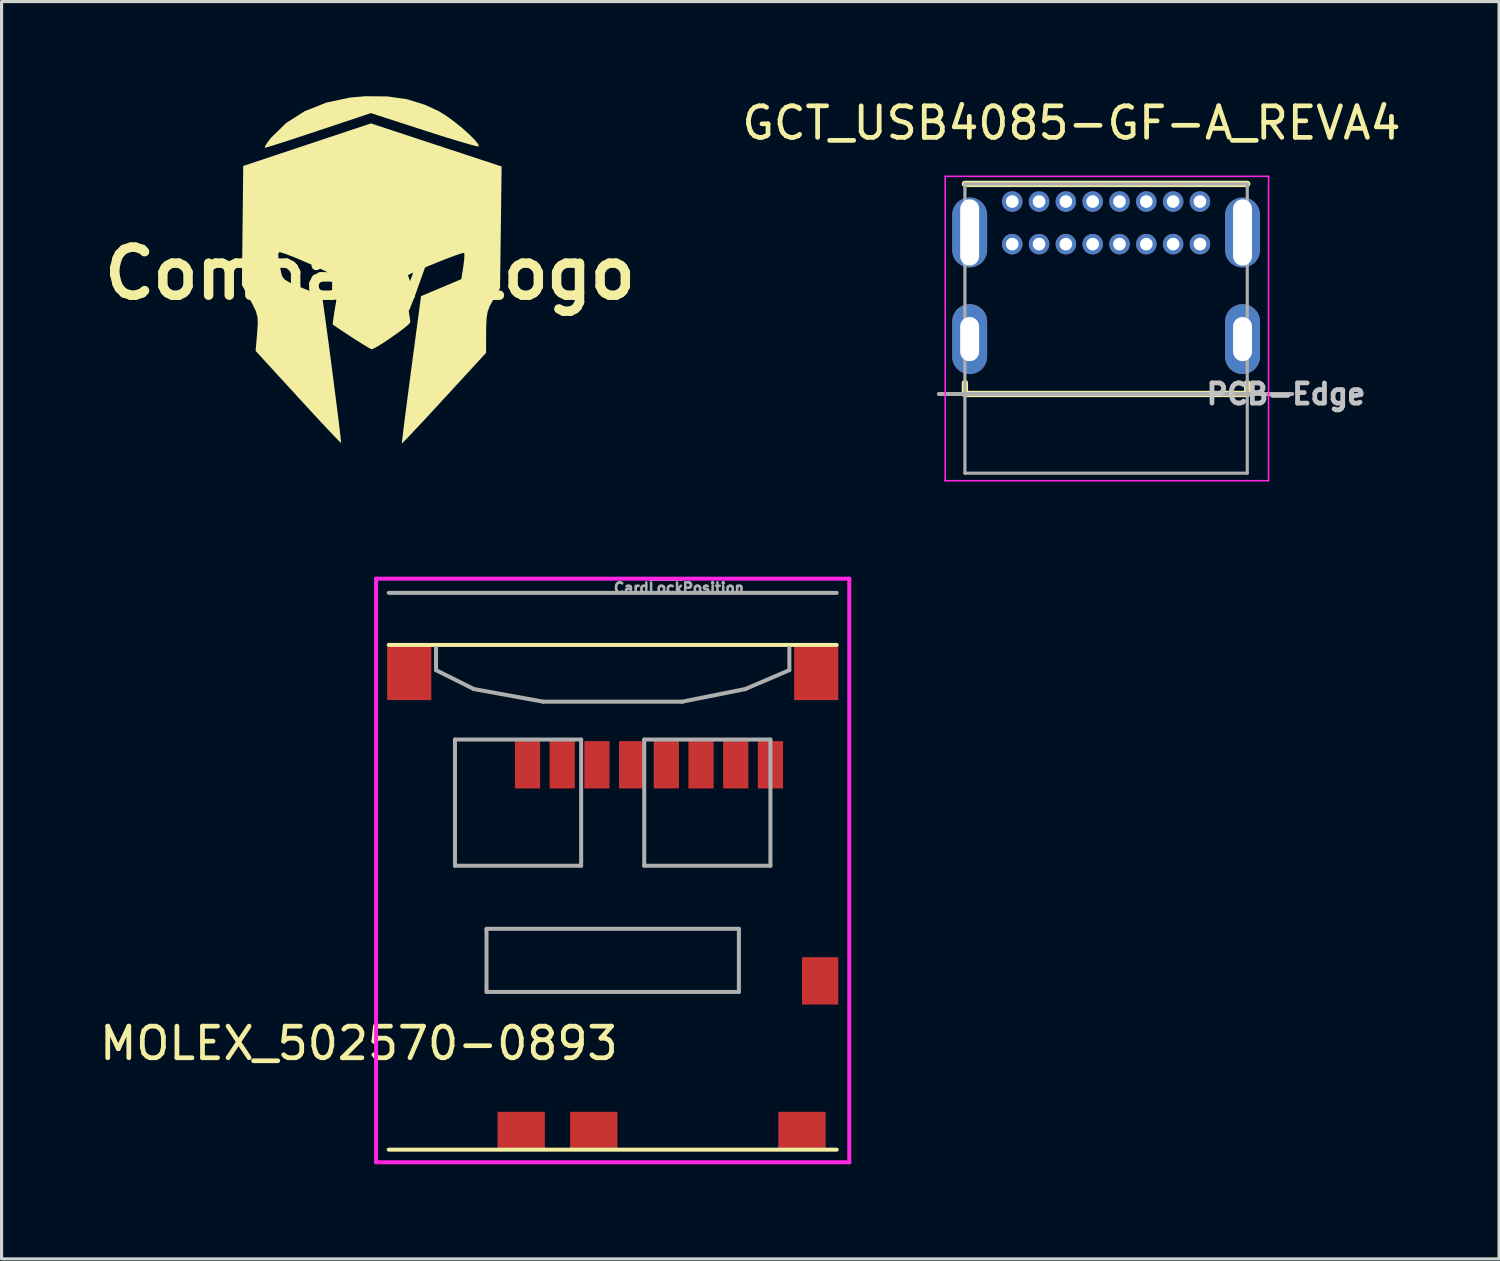
<source format=kicad_pcb>
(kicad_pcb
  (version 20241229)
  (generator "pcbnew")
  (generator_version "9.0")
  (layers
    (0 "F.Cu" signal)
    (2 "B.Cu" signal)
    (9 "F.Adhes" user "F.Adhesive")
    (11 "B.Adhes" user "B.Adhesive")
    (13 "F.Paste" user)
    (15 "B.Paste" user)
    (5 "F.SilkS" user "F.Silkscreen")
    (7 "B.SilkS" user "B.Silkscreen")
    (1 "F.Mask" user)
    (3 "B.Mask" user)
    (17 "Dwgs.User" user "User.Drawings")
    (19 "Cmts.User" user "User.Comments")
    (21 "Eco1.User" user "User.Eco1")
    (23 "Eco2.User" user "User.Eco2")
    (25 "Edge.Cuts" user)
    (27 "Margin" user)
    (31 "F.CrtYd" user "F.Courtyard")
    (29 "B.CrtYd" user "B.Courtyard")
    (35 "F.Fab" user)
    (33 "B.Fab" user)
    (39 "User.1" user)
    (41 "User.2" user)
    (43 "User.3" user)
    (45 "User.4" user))
  (footprint "MOLEX_502570-0893"
    (layer "F.Cu")
    (at 16.372 25.393)
    (property "Reference" "MOLEX_502570-0893" (at -8.046 4.631 180) (layer "F.SilkS") (effects (font (size 1.001 1.001) (thickness 0.15))))
    (attr through_hole)
    (fp_line (start -7.1 -8) (end 7.1 -8) (stroke (width 0.127) (type solid)) (layer "F.SilkS"))
    (fp_line (start -7.1 8) (end 7.1 8) (stroke (width 0.127) (type solid)) (layer "F.SilkS"))
    (fp_line (start -7.5 -10.1) (end -7.5 8.4) (stroke (width 0.127) (type solid)) (layer "F.CrtYd"))
    (fp_line (start -7.5 8.4) (end 7.5 8.4) (stroke (width 0.127) (type solid)) (layer "F.CrtYd"))
    (fp_line (start 7.5 -10.1) (end -7.5 -10.1) (stroke (width 0.127) (type solid)) (layer "F.CrtYd"))
    (fp_line (start 7.5 8.4) (end 7.5 -10.1) (stroke (width 0.127) (type solid)) (layer "F.CrtYd"))
    (fp_line (start -7.1 -9.65) (end 7.1 -9.65) (stroke (width 0.127) (type solid)) (layer "F.Fab"))
    (fp_line (start -5.6 -7.9) (end -5.6 -7.2) (stroke (width 0.127) (type solid)) (layer "F.Fab"))
    (fp_line (start -5.6 -7.2) (end -4.4 -6.6) (stroke (width 0.127) (type solid)) (layer "F.Fab"))
    (fp_line (start -5 -5) (end -5 -1) (stroke (width 0.127) (type solid)) (layer "F.Fab"))
    (fp_line (start -5 -1) (end -1 -1) (stroke (width 0.127) (type solid)) (layer "F.Fab"))
    (fp_line (start -4.4 -6.6) (end -2.2 -6.2) (stroke (width 0.127) (type solid)) (layer "F.Fab"))
    (fp_line (start -4 1) (end -4 3) (stroke (width 0.127) (type solid)) (layer "F.Fab"))
    (fp_line (start -4 3) (end 4 3) (stroke (width 0.127) (type solid)) (layer "F.Fab"))
    (fp_line (start -2.2 -6.2) (end 2.2 -6.2) (stroke (width 0.127) (type solid)) (layer "F.Fab"))
    (fp_line (start -1 -5) (end -5 -5) (stroke (width 0.127) (type solid)) (layer "F.Fab"))
    (fp_line (start -1 -1) (end -1 -5) (stroke (width 0.127) (type solid)) (layer "F.Fab"))
    (fp_line (start 1 -5) (end 1 -1) (stroke (width 0.127) (type solid)) (layer "F.Fab"))
    (fp_line (start 1 -1) (end 5 -1) (stroke (width 0.127) (type solid)) (layer "F.Fab"))
    (fp_line (start 4 1) (end -4 1) (stroke (width 0.127) (type solid)) (layer "F.Fab"))
    (fp_line (start 4 3) (end 4 1) (stroke (width 0.127) (type solid)) (layer "F.Fab"))
    (fp_line (start 4.2 -6.6) (end 2.2 -6.2) (stroke (width 0.127) (type solid)) (layer "F.Fab"))
    (fp_line (start 5 -5) (end 1 -5) (stroke (width 0.127) (type solid)) (layer "F.Fab"))
    (fp_line (start 5 -1) (end 5 -5) (stroke (width 0.127) (type solid)) (layer "F.Fab"))
    (fp_line (start 5.6 -7.2) (end 4.2 -6.6) (stroke (width 0.127) (type solid)) (layer "F.Fab"))
    (fp_line (start 5.6 -7.2) (end 5.6 -7.9) (stroke (width 0.127) (type solid)) (layer "F.Fab"))
    (fp_text user "Card~{Lock}Position" (at 2.101 -9.805 0) (layer "F.Fab") (effects (font (size 0.32 0.32) (thickness 0.15))))
    (pad "1" smd rect (at -2.7 -4.2) (size 0.8 1.5) (layers "F.Cu" "F.Mask" "F.Paste"))
    (pad "2" smd rect (at -1.6 -4.2) (size 0.8 1.5) (layers "F.Cu" "F.Mask" "F.Paste"))
    (pad "3" smd rect (at -0.5 -4.2) (size 0.8 1.5) (layers "F.Cu" "F.Mask" "F.Paste"))
    (pad "4" smd rect (at 0.6 -4.2) (size 0.8 1.5) (layers "F.Cu" "F.Mask" "F.Paste"))
    (pad "5" smd rect (at 1.7 -4.2) (size 0.8 1.5) (layers "F.Cu" "F.Mask" "F.Paste"))
    (pad "6" smd rect (at 2.8 -4.2) (size 0.8 1.5) (layers "F.Cu" "F.Mask" "F.Paste"))
    (pad "7" smd rect (at 3.9 -4.2) (size 0.8 1.5) (layers "F.Cu" "F.Mask" "F.Paste"))
    (pad "8" smd rect (at 5 -4.2) (size 0.8 1.5) (layers "F.Cu" "F.Mask" "F.Paste"))
    (pad "DL" smd rect (at 6.575 2.65) (size 1.15 1.5) (layers "F.Cu" "F.Mask" "F.Paste"))
    (pad "DS" smd rect (at -0.6 7.375) (size 1.5 1.15) (layers "F.Cu" "F.Mask" "F.Paste"))
    (pad "SM1" smd rect (at -6.45 -7.1) (size 1.4 1.7) (layers "F.Cu" "F.Mask" "F.Paste"))
    (pad "SM2" smd rect (at 6.45 -7.1) (size 1.4 1.7) (layers "F.Cu" "F.Mask" "F.Paste"))
    (pad "SM3" smd rect (at -2.9 7.375) (size 1.5 1.15) (layers "F.Cu" "F.Mask" "F.Paste"))
    (pad "SM4" smd rect (at 6 7.375) (size 1.5 1.15) (layers "F.Cu" "F.Mask" "F.Paste")))
  (footprint "GCT_USB4085-GF-A_REVA4"
    (layer "F.Cu")
    (at 32.012 7.364)
    (property "Reference" "GCT_USB4085-GF-A_REVA4" (at -1.097 -6.515 0) (layer "F.SilkS") (effects (font (size 1 1) (thickness 0.15))))
    (attr through_hole)
    (fp_line (start -4.475 -4.585) (end 4.475 -4.585) (stroke (width 0.2) (type solid)) (layer "F.SilkS"))
    (fp_line (start -4.475 1.725) (end -4.475 2.075) (stroke (width 0.2) (type solid)) (layer "F.SilkS"))
    (fp_line (start -4.475 2.075) (end 4.475 2.075) (stroke (width 0.2) (type solid)) (layer "F.SilkS"))
    (fp_line (start 4.475 2.075) (end 4.475 1.725) (stroke (width 0.2) (type solid)) (layer "F.SilkS"))
    (fp_line (start -5.1 -4.825) (end 5.15 -4.825) (stroke (width 0.05) (type solid)) (layer "F.CrtYd"))
    (fp_line (start -5.1 4.825) (end -5.1 -4.825) (stroke (width 0.05) (type solid)) (layer "F.CrtYd"))
    (fp_line (start 5.15 -4.825) (end 5.15 4.825) (stroke (width 0.05) (type solid)) (layer "F.CrtYd"))
    (fp_line (start 5.15 4.825) (end -5.1 4.825) (stroke (width 0.05) (type solid)) (layer "F.CrtYd"))
    (fp_line (start -5.3 2.075) (end 5.9 2.075) (stroke (width 0.127) (type solid)) (layer "F.Fab"))
    (fp_line (start -4.475 -4.585) (end 4.475 -4.585) (stroke (width 0.1) (type solid)) (layer "F.Fab"))
    (fp_line (start -4.475 4.585) (end -4.475 -4.585) (stroke (width 0.1) (type solid)) (layer "F.Fab"))
    (fp_line (start 4.475 -4.585) (end 4.475 4.585) (stroke (width 0.1) (type solid)) (layer "F.Fab"))
    (fp_line (start 4.475 4.585) (end -4.475 4.585) (stroke (width 0.1) (type solid)) (layer "F.Fab"))
    (fp_text user "PCB-Edge" (at 5.703 2.076 0) (layer "Dwgs.User") (effects (font (size 0.64 0.64) (thickness 0.15))))
    (pad "A1" thru_hole circle (at -2.975 -4.025) (size 0.65 0.65) (drill 0.4) (layers "*.Cu" "*.Mask"))
    (pad "A4" thru_hole circle (at -2.125 -4.025) (size 0.65 0.65) (drill 0.4) (layers "*.Cu" "*.Mask"))
    (pad "A5" thru_hole circle (at -1.275 -4.025) (size 0.65 0.65) (drill 0.4) (layers "*.Cu" "*.Mask"))
    (pad "A6" thru_hole circle (at -0.425 -4.025) (size 0.65 0.65) (drill 0.4) (layers "*.Cu" "*.Mask"))
    (pad "A7" thru_hole circle (at 0.425 -4.025) (size 0.65 0.65) (drill 0.4) (layers "*.Cu" "*.Mask"))
    (pad "A8" thru_hole circle (at 1.275 -4.025) (size 0.65 0.65) (drill 0.4) (layers "*.Cu" "*.Mask"))
    (pad "A9" thru_hole circle (at 2.125 -4.025) (size 0.65 0.65) (drill 0.4) (layers "*.Cu" "*.Mask"))
    (pad "A12" thru_hole circle (at 2.975 -4.025) (size 0.65 0.65) (drill 0.4) (layers "*.Cu" "*.Mask"))
    (pad "B1" thru_hole circle (at 2.975 -2.675) (size 0.65 0.65) (drill 0.4) (layers "*.Cu" "*.Mask"))
    (pad "B4" thru_hole circle (at 2.125 -2.675) (size 0.65 0.65) (drill 0.4) (layers "*.Cu" "*.Mask"))
    (pad "B5" thru_hole circle (at 1.275 -2.675) (size 0.65 0.65) (drill 0.4) (layers "*.Cu" "*.Mask"))
    (pad "B6" thru_hole circle (at 0.425 -2.675) (size 0.65 0.65) (drill 0.4) (layers "*.Cu" "*.Mask"))
    (pad "B7" thru_hole circle (at -0.425 -2.675) (size 0.65 0.65) (drill 0.4) (layers "*.Cu" "*.Mask"))
    (pad "B8" thru_hole circle (at -1.275 -2.675) (size 0.65 0.65) (drill 0.4) (layers "*.Cu" "*.Mask"))
    (pad "B9" thru_hole circle (at -2.125 -2.675) (size 0.65 0.65) (drill 0.4) (layers "*.Cu" "*.Mask"))
    (pad "B12" thru_hole circle (at -2.975 -2.675) (size 0.65 0.65) (drill 0.4) (layers "*.Cu" "*.Mask"))
    (pad "P1" thru_hole oval (at -4.325 -3.045) (size 1.108 2.216) (drill oval 0.6 2.1) (layers "*.Cu" "*.Mask"))
    (pad "P2" thru_hole oval (at 4.325 -3.045) (size 1.108 2.216) (drill oval 0.6 2.1) (layers "*.Cu" "*.Mask"))
    (pad "P3" thru_hole oval (at 4.325 0.335) (size 1.108 2.216) (drill oval 0.6 1.4) (layers "*.Cu" "*.Mask"))
    (pad "P4" thru_hole oval (at -4.325 0.335) (size 1.108 2.216) (drill oval 0.6 1.4) (layers "*.Cu" "*.Mask")))
  (footprint "Company_Logo"
    (layer "F.Cu")
    (at 8.68 5.618)
    (property "Reference" "Company_Logo" (at 0 0 0) (layer "F.SilkS") (effects (font (size 1.524 1.524) (thickness 0.3))))
    (attr board_only exclude_from_pos_files exclude_from_bom)
    (fp_poly (pts (xy 0.555 -5.611) (xy 1.172 -5.523) (xy 1.746 -5.344) (xy 2.175 -5.145) (xy 2.398 -5.009) (xy 2.649 -4.828) (xy 2.904 -4.624) (xy 3.136 -4.419) (xy 3.32 -4.235) (xy 3.432 -4.095) (xy 3.447 -4.023) (xy 3.368 -4.035) (xy 3.166 -4.088) (xy 2.863 -4.176) (xy 2.477 -4.293) (xy 2.029 -4.434) (xy 1.718 -4.534) (xy 0.027 -5.082) (xy -1.62 -4.532) (xy -2.092 -4.376) (xy -2.517 -4.237) (xy -2.874 -4.121) (xy -3.142 -4.037) (xy -3.301 -3.99) (xy -3.334 -3.983) (xy -3.328 -4.034) (xy -3.243 -4.167) (xy -3.138 -4.302) (xy -2.656 -4.772) (xy -2.068 -5.145) (xy -1.389 -5.415) (xy -0.634 -5.576) (xy -0.15 -5.618)) (stroke (width 0) (type solid)) (fill yes) (layer "F.SilkS"))
    (fp_poly (pts (xy 2.099 -4.073) (xy 4.171 -3.391) (xy 4.121 0.465) (xy 3.902 0.837) (xy 3.792 1.039) (xy 3.726 1.22) (xy 3.693 1.432) (xy 3.681 1.724) (xy 3.68 1.863) (xy 3.678 2.517) (xy 2.35 3.962) (xy 1.994 4.348) (xy 1.673 4.694) (xy 1.401 4.985) (xy 1.19 5.208) (xy 1.055 5.347) (xy 1.009 5.389) (xy 1.015 5.314) (xy 1.039 5.107) (xy 1.078 4.788) (xy 1.131 4.373) (xy 1.195 3.882) (xy 1.267 3.332) (xy 1.305 3.047) (xy 1.616 0.72) (xy 2.254 0.451) (xy 2.893 0.181) (xy 2.956 -0.216) (xy 2.985 -0.444) (xy 2.992 -0.604) (xy 2.982 -0.65) (xy 2.903 -0.637) (xy 2.718 -0.576) (xy 2.457 -0.479) (xy 2.153 -0.359) (xy 1.835 -0.229) (xy 1.535 -0.101) (xy 1.284 0.011) (xy 1.113 0.096) (xy 1.052 0.14) (xy 1.064 0.231) (xy 1.097 0.433) (xy 1.144 0.709) (xy 1.165 0.827) (xy 1.216 1.126) (xy 1.255 1.373) (xy 1.276 1.525) (xy 1.277 1.55) (xy 1.219 1.619) (xy 1.067 1.745) (xy 0.854 1.903) (xy 0.614 2.071) (xy 0.379 2.226) (xy 0.185 2.344) (xy 0.063 2.402) (xy 0.049 2.405) (xy -0.028 2.366) (xy -0.197 2.265) (xy -0.426 2.121) (xy -0.683 1.955) (xy -0.935 1.788) (xy -1.151 1.64) (xy -1.182 1.618) (xy -1.178 1.544) (xy -1.152 1.356) (xy -1.109 1.088) (xy -1.084 0.945) (xy -1.035 0.637) (xy -1.002 0.377) (xy -0.99 0.208) (xy -0.992 0.174) (xy -1.063 0.116) (xy -1.243 0.015) (xy -1.499 -0.112) (xy -1.801 -0.253) (xy -2.118 -0.393) (xy -2.417 -0.519) (xy -2.668 -0.615) (xy -2.839 -0.669) (xy -2.88 -0.675) (xy -2.911 -0.612) (xy -2.901 -0.459) (xy -2.899 -0.451) (xy -2.851 -0.2) (xy -2.814 -0.007) (xy -2.777 0.106) (xy -2.7 0.198) (xy -2.551 0.288) (xy -2.302 0.398) (xy -2.156 0.457) (xy -1.88 0.567) (xy -1.665 0.653) (xy -1.542 0.702) (xy -1.526 0.709) (xy -1.512 0.783) (xy -1.481 0.985) (xy -1.438 1.291) (xy -1.385 1.681) (xy -1.324 2.133) (xy -1.259 2.624) (xy -1.192 3.134) (xy -1.127 3.639) (xy -1.066 4.118) (xy -1.011 4.55) (xy -0.967 4.913) (xy -0.935 5.184) (xy -0.919 5.341) (xy -0.918 5.373) (xy -0.972 5.324) (xy -1.114 5.179) (xy -1.331 4.951) (xy -1.608 4.655) (xy -1.933 4.304) (xy -2.283 3.923) (xy -3.627 2.455) (xy -3.579 1.892) (xy -3.559 1.595) (xy -3.567 1.386) (xy -3.615 1.206) (xy -3.718 0.991) (xy -3.796 0.847) (xy -4.061 0.366) (xy -4.02 -3.407) (xy -1.996 -4.082) (xy 0.028 -4.756)) (stroke (width 0) (type solid)) (fill yes) (layer "F.SilkS")))
  (gr_rect
    (start -3 -3)
    (end 44.469 36.856)
    (stroke (width 0.1) (type default))
    (fill no)
    (layer "Edge.Cuts")))
</source>
